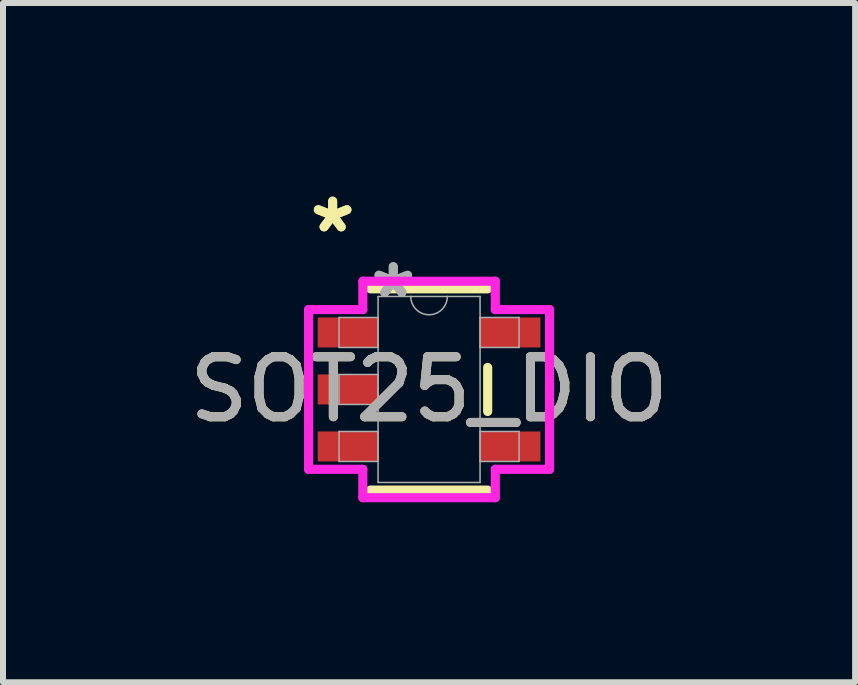
<source format=kicad_pcb>
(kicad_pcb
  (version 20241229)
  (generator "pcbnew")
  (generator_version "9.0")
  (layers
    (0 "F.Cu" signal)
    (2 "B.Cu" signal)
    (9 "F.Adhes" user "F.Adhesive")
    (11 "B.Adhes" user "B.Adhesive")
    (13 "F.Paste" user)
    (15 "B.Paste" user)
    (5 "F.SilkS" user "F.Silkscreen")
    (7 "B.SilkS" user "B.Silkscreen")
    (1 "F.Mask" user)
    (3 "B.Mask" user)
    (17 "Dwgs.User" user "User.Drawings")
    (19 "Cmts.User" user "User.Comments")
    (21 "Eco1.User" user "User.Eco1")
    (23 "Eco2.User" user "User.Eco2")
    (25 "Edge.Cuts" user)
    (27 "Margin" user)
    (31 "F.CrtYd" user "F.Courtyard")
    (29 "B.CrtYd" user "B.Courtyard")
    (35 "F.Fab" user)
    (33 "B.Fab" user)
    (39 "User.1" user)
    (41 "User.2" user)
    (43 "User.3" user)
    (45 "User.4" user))
  (footprint "SOT25_DIO"
    (layer "F.Cu")
    (at 4.101 3.441)
    (property "Reference" "SOT25_DIO" (at 0 0 0) (unlocked yes) (layer "F.SilkS") (effects (font (size 1 1) (thickness 0.15))))
    (attr smd)
    (fp_line (start -0.977 1.677) (end 0.977 1.677) (stroke (width 0.152) (type solid)) (layer "F.SilkS"))
    (fp_line (start 0.977 -1.677) (end -0.977 -1.677) (stroke (width 0.152) (type solid)) (layer "F.SilkS"))
    (fp_line (start 0.977 0.367) (end 0.977 -0.367) (stroke (width 0.152) (type solid)) (layer "F.SilkS"))
    (fp_line (start -2.008 -1.331) (end -1.104 -1.331) (stroke (width 0.152) (type solid)) (layer "F.CrtYd"))
    (fp_line (start -2.008 1.331) (end -2.008 -1.331) (stroke (width 0.152) (type solid)) (layer "F.CrtYd"))
    (fp_line (start -1.104 -1.804) (end 1.104 -1.804) (stroke (width 0.152) (type solid)) (layer "F.CrtYd"))
    (fp_line (start -1.104 -1.331) (end -1.104 -1.804) (stroke (width 0.152) (type solid)) (layer "F.CrtYd"))
    (fp_line (start -1.104 1.331) (end -2.008 1.331) (stroke (width 0.152) (type solid)) (layer "F.CrtYd"))
    (fp_line (start -1.104 1.804) (end -1.104 1.331) (stroke (width 0.152) (type solid)) (layer "F.CrtYd"))
    (fp_line (start 1.104 -1.804) (end 1.104 -1.331) (stroke (width 0.152) (type solid)) (layer "F.CrtYd"))
    (fp_line (start 1.104 -1.331) (end 2.008 -1.331) (stroke (width 0.152) (type solid)) (layer "F.CrtYd"))
    (fp_line (start 1.104 1.331) (end 1.104 1.804) (stroke (width 0.152) (type solid)) (layer "F.CrtYd"))
    (fp_line (start 1.104 1.804) (end -1.104 1.804) (stroke (width 0.152) (type solid)) (layer "F.CrtYd"))
    (fp_line (start 2.008 -1.331) (end 2.008 1.331) (stroke (width 0.152) (type solid)) (layer "F.CrtYd"))
    (fp_line (start 2.008 1.331) (end 1.104 1.331) (stroke (width 0.152) (type solid)) (layer "F.CrtYd"))
    (fp_line (start -1.5 -1.2) (end -1.5 -0.7) (stroke (width 0.025) (type solid)) (layer "F.Fab"))
    (fp_line (start -1.5 -0.7) (end -0.85 -0.7) (stroke (width 0.025) (type solid)) (layer "F.Fab"))
    (fp_line (start -1.5 -0.25) (end -1.5 0.25) (stroke (width 0.025) (type solid)) (layer "F.Fab"))
    (fp_line (start -1.5 0.25) (end -0.85 0.25) (stroke (width 0.025) (type solid)) (layer "F.Fab"))
    (fp_line (start -1.5 0.7) (end -1.5 1.2) (stroke (width 0.025) (type solid)) (layer "F.Fab"))
    (fp_line (start -1.5 1.2) (end -0.85 1.2) (stroke (width 0.025) (type solid)) (layer "F.Fab"))
    (fp_line (start -0.85 -1.55) (end -0.85 1.55) (stroke (width 0.025) (type solid)) (layer "F.Fab"))
    (fp_line (start -0.85 -1.2) (end -1.5 -1.2) (stroke (width 0.025) (type solid)) (layer "F.Fab"))
    (fp_line (start -0.85 -0.7) (end -0.85 -1.2) (stroke (width 0.025) (type solid)) (layer "F.Fab"))
    (fp_line (start -0.85 -0.25) (end -1.5 -0.25) (stroke (width 0.025) (type solid)) (layer "F.Fab"))
    (fp_line (start -0.85 0.25) (end -0.85 -0.25) (stroke (width 0.025) (type solid)) (layer "F.Fab"))
    (fp_line (start -0.85 0.7) (end -1.5 0.7) (stroke (width 0.025) (type solid)) (layer "F.Fab"))
    (fp_line (start -0.85 1.2) (end -0.85 0.7) (stroke (width 0.025) (type solid)) (layer "F.Fab"))
    (fp_line (start -0.85 1.55) (end 0.85 1.55) (stroke (width 0.025) (type solid)) (layer "F.Fab"))
    (fp_line (start 0.85 -1.55) (end -0.85 -1.55) (stroke (width 0.025) (type solid)) (layer "F.Fab"))
    (fp_line (start 0.85 -1.2) (end 0.85 -0.7) (stroke (width 0.025) (type solid)) (layer "F.Fab"))
    (fp_line (start 0.85 -0.7) (end 1.5 -0.7) (stroke (width 0.025) (type solid)) (layer "F.Fab"))
    (fp_line (start 0.85 0.7) (end 0.85 1.2) (stroke (width 0.025) (type solid)) (layer "F.Fab"))
    (fp_line (start 0.85 1.2) (end 1.5 1.2) (stroke (width 0.025) (type solid)) (layer "F.Fab"))
    (fp_line (start 0.85 1.55) (end 0.85 -1.55) (stroke (width 0.025) (type solid)) (layer "F.Fab"))
    (fp_line (start 1.5 -1.2) (end 0.85 -1.2) (stroke (width 0.025) (type solid)) (layer "F.Fab"))
    (fp_line (start 1.5 -0.7) (end 1.5 -1.2) (stroke (width 0.025) (type solid)) (layer "F.Fab"))
    (fp_line (start 1.5 0.7) (end 0.85 0.7) (stroke (width 0.025) (type solid)) (layer "F.Fab"))
    (fp_line (start 1.5 1.2) (end 1.5 0.7) (stroke (width 0.025) (type solid)) (layer "F.Fab"))
    (fp_arc (start 0.3048 -1.549999) (mid 0 -1.245199) (end -0.3048 -1.549999) (stroke (width 0.0254) (type solid)) (layer "F.Fab"))
    (fp_text user "*" (at -1.607 -2.593 0) (unlocked yes) (layer "F.SilkS") (effects (font (size 1 1) (thickness 0.15))))
    (fp_text user "*" (at -1.607 -2.593 0) (layer "F.SilkS") (effects (font (size 1 1) (thickness 0.15))))
    (fp_text user "*" (at -0.596 -1.501 0) (unlocked yes) (layer "F.Fab") (effects (font (size 1 1) (thickness 0.15))))
    (fp_text user "${REFERENCE}" (at 0 0 0) (unlocked yes) (layer "F.Fab") (effects (font (size 1 1) (thickness 0.15))))
    (fp_text user "*" (at -0.596 -1.501 0) (layer "F.Fab") (effects (font (size 1 1) (thickness 0.15))))
    (pad "1" smd rect (at -1.353 -0.95) (size 1.006 0.5) (layers "F.Cu" "F.Mask" "F.Paste"))
    (pad "2" smd rect (at -1.353 0) (size 1.006 0.5) (layers "F.Cu" "F.Mask" "F.Paste"))
    (pad "3" smd rect (at -1.353 0.95) (size 1.006 0.5) (layers "F.Cu" "F.Mask" "F.Paste"))
    (pad "4" smd rect (at 1.353 0.95) (size 1.006 0.5) (layers "F.Cu" "F.Mask" "F.Paste"))
    (pad "5" smd rect (at 1.353 -0.95) (size 1.006 0.5) (layers "F.Cu" "F.Mask" "F.Paste")))
  (gr_rect
    (start -3 -3)
    (end 11.202 8.321)
    (stroke (width 0.1) (type default))
    (fill no)
    (layer "Edge.Cuts")))
</source>
